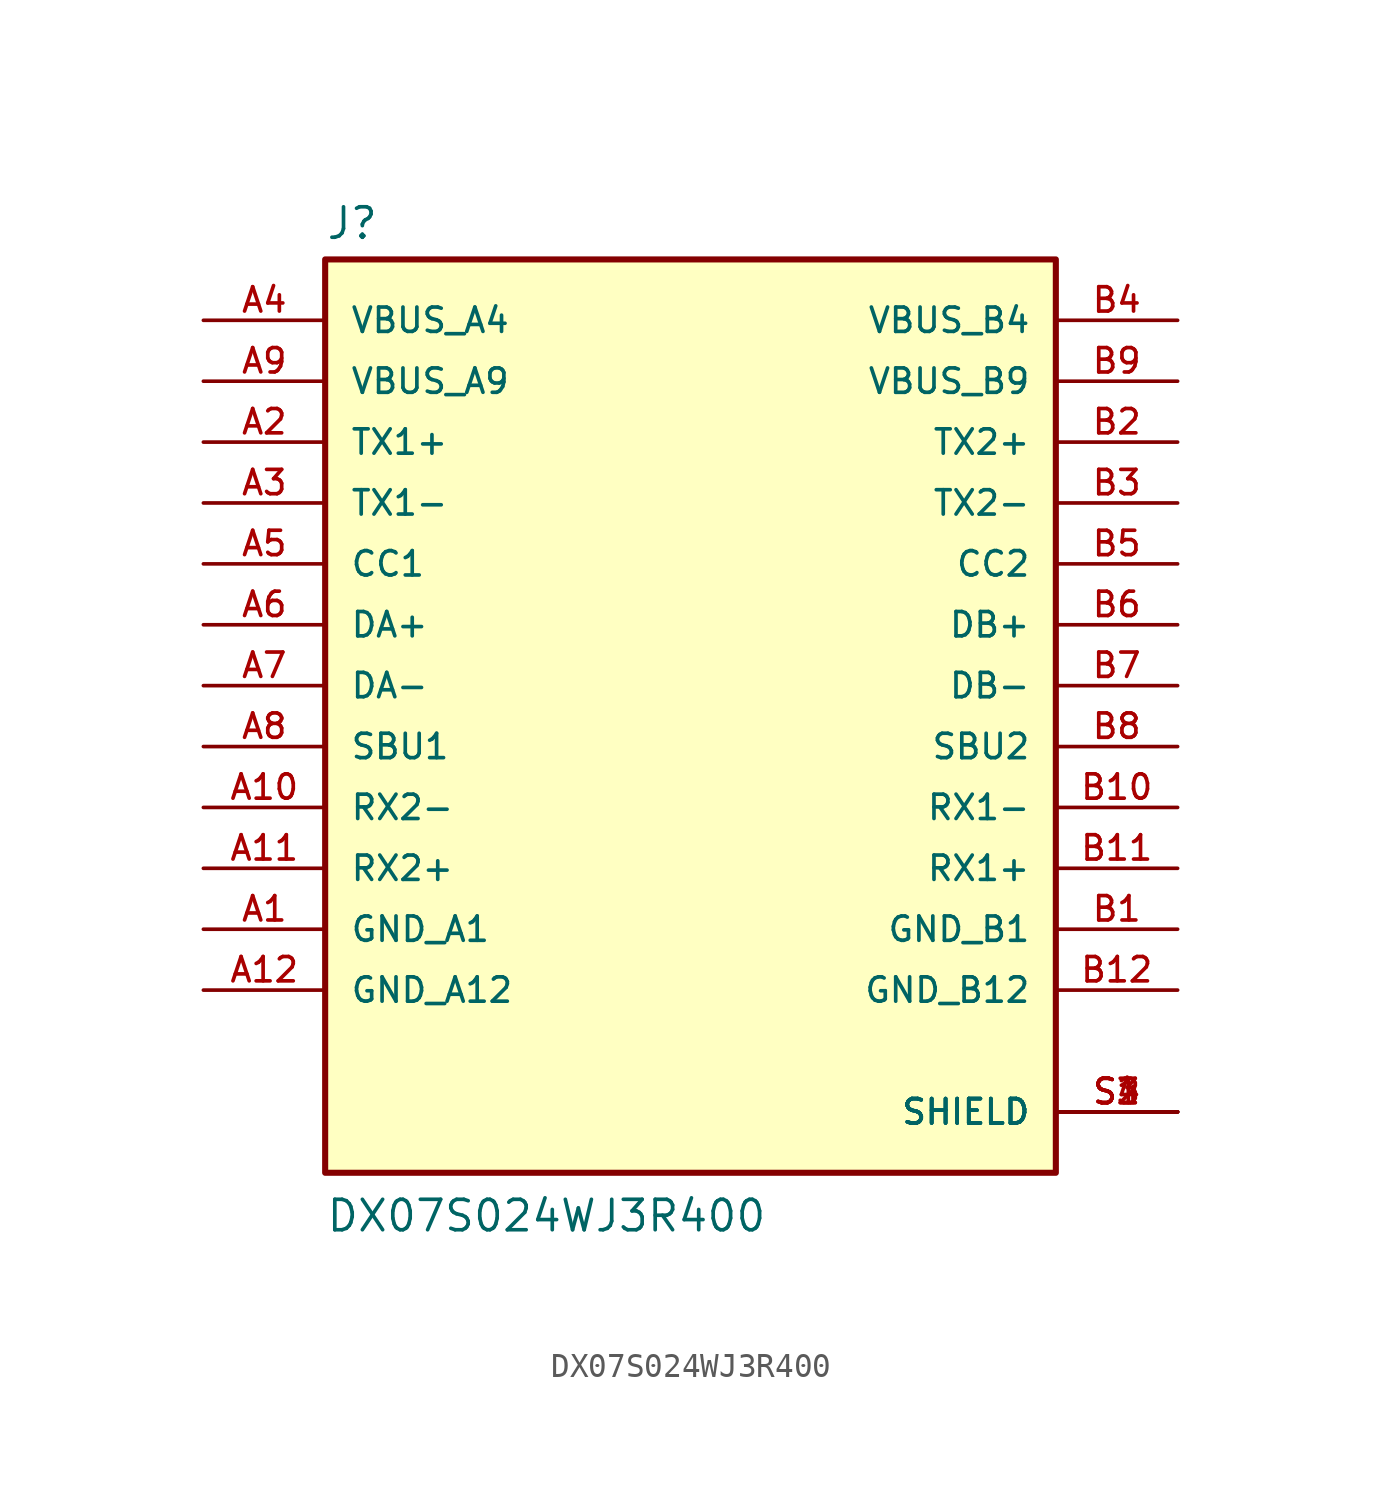
<source format=kicad_sym>
(kicad_symbol_lib
  (version 20211014)
  (generator kicad_symbol_editor)
  (symbol "DX07S024WJ3R400"
    (pin_names
      (offset 1.016))
    (property "Reference" "J"
      (at -15.24 21.082 0)
      (effects (font (size 1.27 1.27)) (justify bottom left)))
    (property "Value" "DX07S024WJ3R400"
      (at -15.24 -20.32 0)
      (effects (font (size 1.27 1.27)) (justify bottom left)))
    (symbol "DX07S024WJ3R400_0_0"
      (rectangle (start -15.24 -17.78) (end 15.24 20.32) (stroke (width 0.254)) (fill (type background)))
      (pin power_in line (at -20.32 -7.62 0) (length 5.08) (name "GND_A1" (effects (font (size 1.016 1.016)))) (number "A1" (effects (font (size 1.016 1.016)))))
      (pin passive line (at -20.32 12.7 0) (length 5.08) (name "TX1+" (effects (font (size 1.016 1.016)))) (number "A2" (effects (font (size 1.016 1.016)))))
      (pin passive line (at -20.32 10.16 0) (length 5.08) (name "TX1-" (effects (font (size 1.016 1.016)))) (number "A3" (effects (font (size 1.016 1.016)))))
      (pin power_in line (at -20.32 17.78 0) (length 5.08) (name "VBUS_A4" (effects (font (size 1.016 1.016)))) (number "A4" (effects (font (size 1.016 1.016)))))
      (pin passive line (at -20.32 7.62 0) (length 5.08) (name "CC1" (effects (font (size 1.016 1.016)))) (number "A5" (effects (font (size 1.016 1.016)))))
      (pin passive line (at -20.32 5.08 0) (length 5.08) (name "DA+" (effects (font (size 1.016 1.016)))) (number "A6" (effects (font (size 1.016 1.016)))))
      (pin passive line (at -20.32 0.0 0) (length 5.08) (name "SBU1" (effects (font (size 1.016 1.016)))) (number "A8" (effects (font (size 1.016 1.016)))))
      (pin passive line (at -20.32 2.54 0) (length 5.08) (name "DA-" (effects (font (size 1.016 1.016)))) (number "A7" (effects (font (size 1.016 1.016)))))
      (pin power_in line (at -20.32 15.24 0) (length 5.08) (name "VBUS_A9" (effects (font (size 1.016 1.016)))) (number "A9" (effects (font (size 1.016 1.016)))))
      (pin passive line (at -20.32 -2.54 0) (length 5.08) (name "RX2-" (effects (font (size 1.016 1.016)))) (number "A10" (effects (font (size 1.016 1.016)))))
      (pin passive line (at -20.32 -5.08 0) (length 5.08) (name "RX2+" (effects (font (size 1.016 1.016)))) (number "A11" (effects (font (size 1.016 1.016)))))
      (pin power_in line (at -20.32 -10.16 0) (length 5.08) (name "GND_A12" (effects (font (size 1.016 1.016)))) (number "A12" (effects (font (size 1.016 1.016)))))
      (pin power_in line (at 20.32 -7.62 180.0) (length 5.08) (name "GND_B1" (effects (font (size 1.016 1.016)))) (number "B1" (effects (font (size 1.016 1.016)))))
      (pin passive line (at 20.32 12.7 180.0) (length 5.08) (name "TX2+" (effects (font (size 1.016 1.016)))) (number "B2" (effects (font (size 1.016 1.016)))))
      (pin passive line (at 20.32 10.16 180.0) (length 5.08) (name "TX2-" (effects (font (size 1.016 1.016)))) (number "B3" (effects (font (size 1.016 1.016)))))
      (pin power_in line (at 20.32 17.78 180.0) (length 5.08) (name "VBUS_B4" (effects (font (size 1.016 1.016)))) (number "B4" (effects (font (size 1.016 1.016)))))
      (pin passive line (at 20.32 7.62 180.0) (length 5.08) (name "CC2" (effects (font (size 1.016 1.016)))) (number "B5" (effects (font (size 1.016 1.016)))))
      (pin passive line (at 20.32 5.08 180.0) (length 5.08) (name "DB+" (effects (font (size 1.016 1.016)))) (number "B6" (effects (font (size 1.016 1.016)))))
      (pin passive line (at 20.32 2.54 180.0) (length 5.08) (name "DB-" (effects (font (size 1.016 1.016)))) (number "B7" (effects (font (size 1.016 1.016)))))
      (pin passive line (at 20.32 0.0 180.0) (length 5.08) (name "SBU2" (effects (font (size 1.016 1.016)))) (number "B8" (effects (font (size 1.016 1.016)))))
      (pin power_in line (at 20.32 15.24 180.0) (length 5.08) (name "VBUS_B9" (effects (font (size 1.016 1.016)))) (number "B9" (effects (font (size 1.016 1.016)))))
      (pin passive line (at 20.32 -2.54 180.0) (length 5.08) (name "RX1-" (effects (font (size 1.016 1.016)))) (number "B10" (effects (font (size 1.016 1.016)))))
      (pin passive line (at 20.32 -5.08 180.0) (length 5.08) (name "RX1+" (effects (font (size 1.016 1.016)))) (number "B11" (effects (font (size 1.016 1.016)))))
      (pin power_in line (at 20.32 -10.16 180.0) (length 5.08) (name "GND_B12" (effects (font (size 1.016 1.016)))) (number "B12" (effects (font (size 1.016 1.016)))))
      (pin passive line (at 20.32 -15.24 180.0) (length 5.08) (name "SHIELD" (effects (font (size 1.016 1.016)))) (number "S1" (effects (font (size 1.016 1.016)))))
      (pin passive line (at 20.32 -15.24 180.0) (length 5.08) (name "SHIELD" (effects (font (size 1.016 1.016)))) (number "S2" (effects (font (size 1.016 1.016)))))
      (pin passive line (at 20.32 -15.24 180.0) (length 5.08) (name "SHIELD" (effects (font (size 1.016 1.016)))) (number "S3" (effects (font (size 1.016 1.016)))))
      (pin passive line (at 20.32 -15.24 180.0) (length 5.08) (name "SHIELD" (effects (font (size 1.016 1.016)))) (number "S4" (effects (font (size 1.016 1.016))))))))
</source>
